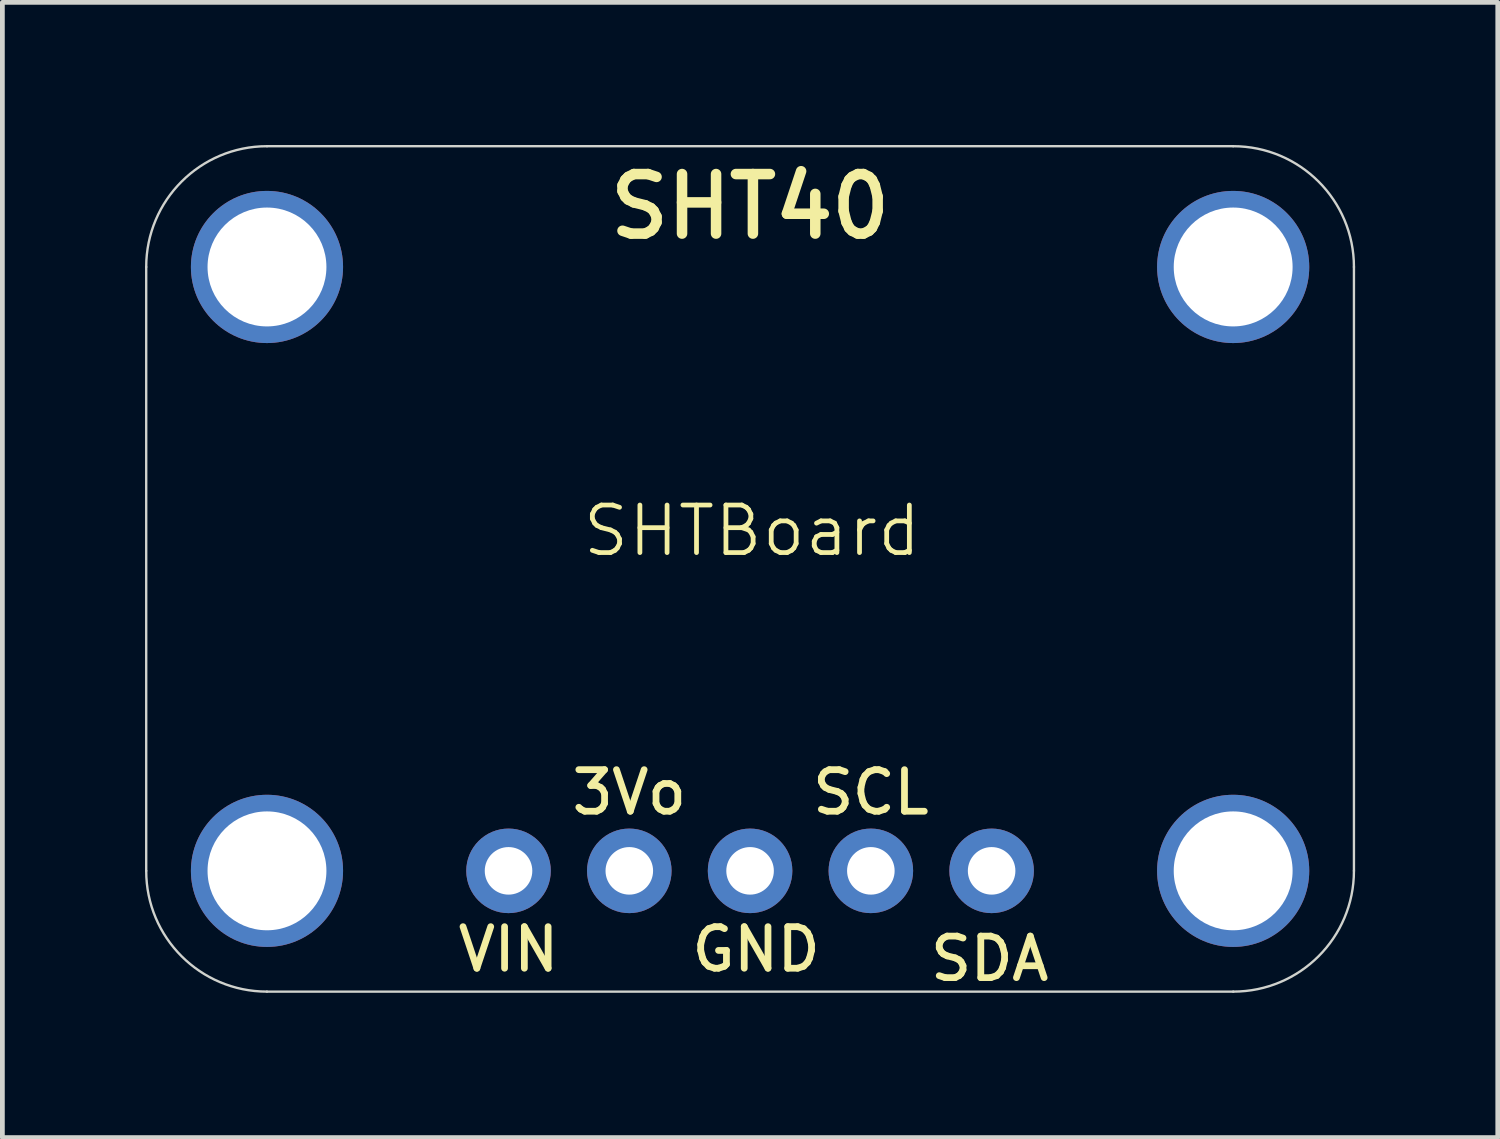
<source format=kicad_pcb>
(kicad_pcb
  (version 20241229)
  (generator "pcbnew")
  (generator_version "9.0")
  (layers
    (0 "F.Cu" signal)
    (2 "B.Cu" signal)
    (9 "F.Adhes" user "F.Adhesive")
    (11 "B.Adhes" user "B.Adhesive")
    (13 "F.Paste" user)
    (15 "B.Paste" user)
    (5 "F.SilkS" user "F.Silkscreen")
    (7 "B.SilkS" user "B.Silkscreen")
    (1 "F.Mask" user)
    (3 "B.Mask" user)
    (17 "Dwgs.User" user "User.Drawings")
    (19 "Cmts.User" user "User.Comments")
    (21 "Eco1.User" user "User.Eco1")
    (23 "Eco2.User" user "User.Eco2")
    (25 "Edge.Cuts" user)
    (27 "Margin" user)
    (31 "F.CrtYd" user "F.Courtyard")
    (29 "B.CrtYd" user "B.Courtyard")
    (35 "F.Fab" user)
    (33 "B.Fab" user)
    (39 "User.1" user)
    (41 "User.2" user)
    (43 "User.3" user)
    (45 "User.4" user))
  (footprint "SHTBoard"
    (layer "F.Cu")
    (at 12.765 8.614)
    (property "Reference" "SHTBoard" (at 0 -0.5 0) (unlocked yes) (layer "F.SilkS") (effects (font (size 1 1) (thickness 0.1))))
    (attr smd)
    (fp_line (start -12.74 -6.049) (end -12.74 6.651) (stroke (width 0.05) (type solid)) (layer "Edge.Cuts"))
    (fp_line (start -10.2 9.191) (end 10.12 9.191) (stroke (width 0.05) (type solid)) (layer "Edge.Cuts"))
    (fp_line (start 10.12 -8.589) (end -10.2 -8.589) (stroke (width 0.05) (type solid)) (layer "Edge.Cuts"))
    (fp_line (start 12.66 6.651) (end 12.66 -6.049) (stroke (width 0.05) (type solid)) (layer "Edge.Cuts"))
    (fp_arc (start -12.74 -6.049) (mid -11.996051 -7.845051) (end -10.2 -8.589) (stroke (width 0.05) (type solid)) (layer "Edge.Cuts"))
    (fp_arc (start -10.2 9.191) (mid -11.996051 8.447051) (end -12.74 6.651) (stroke (width 0.05) (type solid)) (layer "Edge.Cuts"))
    (fp_arc (start 10.12 -8.589) (mid 11.916051 -7.845051) (end 12.66 -6.049) (stroke (width 0.05) (type solid)) (layer "Edge.Cuts"))
    (fp_arc (start 12.66 6.651) (mid 11.916051 8.447051) (end 10.12 9.191) (stroke (width 0.05) (type solid)) (layer "Edge.Cuts"))
    (fp_text user "VIN" (at -5.12 8.302 0) (unlocked yes) (layer "F.SilkS") (effects (font (size 0.874 0.874) (thickness 0.142))))
    (fp_text user "GND" (at 0.087 8.302 0) (unlocked yes) (layer "F.SilkS") (effects (font (size 0.874 0.874) (thickness 0.142))))
    (fp_text user "3Vo" (at -2.58 5 0) (unlocked yes) (layer "F.SilkS") (effects (font (size 0.874 0.874) (thickness 0.142))))
    (fp_text user "SDA" (at 5 8.5 0) (unlocked yes) (layer "F.SilkS") (effects (font (size 0.874 0.874) (thickness 0.142))))
    (fp_text user "SHT40" (at -0.04 -7.319 0) (unlocked yes) (layer "F.SilkS") (effects (font (size 1.252 1.252) (thickness 0.221))))
    (fp_text user "SCL" (at 2.5 5 0) (unlocked yes) (layer "F.SilkS") (effects (font (size 0.874 0.874) (thickness 0.142))))
    (pad "1" thru_hole circle (at -5.12 6.651 90) (size 1.778 1.778) (drill 1) (layers "*.Cu" "*.Mask"))
    (pad "2" thru_hole circle (at -2.58 6.651 90) (size 1.778 1.778) (drill 1) (layers "*.Cu" "*.Mask"))
    (pad "3" thru_hole circle (at -0.04 6.651 90) (size 1.778 1.778) (drill 1) (layers "*.Cu" "*.Mask"))
    (pad "4" thru_hole circle (at 2.5 6.651 90) (size 1.778 1.778) (drill 1) (layers "*.Cu" "*.Mask"))
    (pad "5" thru_hole circle (at 5.04 6.651 90) (size 1.778 1.778) (drill 1) (layers "*.Cu" "*.Mask"))
    (pad "P$1" thru_hole circle (at -10.2 -6.049) (size 3.2 3.2) (drill 2.5) (layers "*.Cu" "*.Mask"))
    (pad "P$1" thru_hole circle (at -10.2 6.651) (size 3.2 3.2) (drill 2.5) (layers "*.Cu" "*.Mask"))
    (pad "P$1" thru_hole circle (at 10.12 -6.049) (size 3.2 3.2) (drill 2.5) (layers "*.Cu" "*.Mask"))
    (pad "P$1" thru_hole circle (at 10.12 6.651) (size 3.2 3.2) (drill 2.5) (layers "*.Cu" "*.Mask"))
    (zone (net_name "") (layer "F.Cu") (hatch edge 0.5) (connect_pads) (min_thickness 0.25) (filled_areas_thickness no) (keepout (tracks not_allowed) (vias not_allowed) (pads not_allowed) (copperpour not_allowed) (footprints allowed)) (placement (enabled no)) (fill) (polygon (pts (xy 4.581 2.565) (xy 4.561 2.284) (xy 4.503 2.009) (xy 4.407 1.745) (xy 4.275 1.497) (xy 4.109 1.269) (xy 3.914 1.067) (xy 3.692 0.894) (xy 3.449 0.753) (xy 3.188 0.648) (xy 2.915 0.58) (xy 2.635 0.55) (xy 2.354 0.56) (xy 2.077 0.609) (xy 1.81 0.696) (xy 1.557 0.819) (xy 1.324 0.976) (xy 1.115 1.165) (xy 0.934 1.38) (xy 0.785 1.619) (xy 0.671 1.875) (xy 0.593 2.146) (xy 0.554 2.424) (xy 0.554 2.706) (xy 0.593 2.984) (xy 0.671 3.255) (xy 0.785 3.511) (xy 0.934 3.75) (xy 1.115 3.965) (xy 1.324 4.154) (xy 1.557 4.311) (xy 1.81 4.434) (xy 2.077 4.521) (xy 2.354 4.57) (xy 2.635 4.58) (xy 2.915 4.55) (xy 3.188 4.482) (xy 3.449 4.377) (xy 3.692 4.236) (xy 3.914 4.063) (xy 4.109 3.861) (xy 4.275 3.633) (xy 4.407 3.385) (xy 4.503 3.121) (xy 4.561 2.846))) (polygon (pts (xy 2.549 2.565) (xy 2.554 2.576) (xy 2.565 2.581) (xy 2.576 2.576) (xy 2.581 2.565) (xy 2.576 2.554) (xy 2.565 2.549) (xy 2.554 2.554))))
    (zone (net_name "") (layer "F.Cu") (hatch edge 0.5) (connect_pads) (min_thickness 0.25) (filled_areas_thickness no) (keepout (tracks not_allowed) (vias not_allowed) (pads not_allowed) (copperpour not_allowed) (footprints allowed)) (placement (enabled no)) (fill) (polygon (pts (xy 4.581 15.265) (xy 4.561 14.984) (xy 4.503 14.709) (xy 4.407 14.445) (xy 4.275 14.197) (xy 4.109 13.969) (xy 3.914 13.767) (xy 3.692 13.594) (xy 3.449 13.453) (xy 3.188 13.348) (xy 2.915 13.28) (xy 2.635 13.25) (xy 2.354 13.26) (xy 2.077 13.309) (xy 1.81 13.396) (xy 1.557 13.519) (xy 1.324 13.676) (xy 1.115 13.865) (xy 0.934 14.08) (xy 0.785 14.319) (xy 0.671 14.575) (xy 0.593 14.846) (xy 0.554 15.124) (xy 0.554 15.406) (xy 0.593 15.684) (xy 0.671 15.955) (xy 0.785 16.211) (xy 0.934 16.45) (xy 1.115 16.665) (xy 1.324 16.854) (xy 1.557 17.011) (xy 1.81 17.134) (xy 2.077 17.221) (xy 2.354 17.27) (xy 2.635 17.28) (xy 2.915 17.25) (xy 3.188 17.182) (xy 3.449 17.077) (xy 3.692 16.936) (xy 3.914 16.763) (xy 4.109 16.561) (xy 4.275 16.333) (xy 4.407 16.085) (xy 4.503 15.821) (xy 4.561 15.546))) (polygon (pts (xy 2.549 15.265) (xy 2.554 15.276) (xy 2.565 15.281) (xy 2.576 15.276) (xy 2.581 15.265) (xy 2.576 15.254) (xy 2.565 15.249) (xy 2.554 15.254))))
    (zone (net_name "") (layer "F.Cu") (hatch edge 0.5) (connect_pads) (min_thickness 0.25) (filled_areas_thickness no) (keepout (tracks not_allowed) (vias not_allowed) (pads not_allowed) (copperpour not_allowed) (footprints allowed)) (placement (enabled no)) (fill) (polygon (pts (xy 24.901 2.565) (xy 24.881 2.284) (xy 24.823 2.009) (xy 24.727 1.745) (xy 24.595 1.497) (xy 24.429 1.269) (xy 24.234 1.067) (xy 24.012 0.894) (xy 23.769 0.753) (xy 23.508 0.648) (xy 23.235 0.58) (xy 22.955 0.55) (xy 22.674 0.56) (xy 22.397 0.609) (xy 22.13 0.696) (xy 21.877 0.819) (xy 21.644 0.976) (xy 21.435 1.165) (xy 21.254 1.38) (xy 21.105 1.619) (xy 20.991 1.875) (xy 20.913 2.146) (xy 20.874 2.424) (xy 20.874 2.706) (xy 20.913 2.984) (xy 20.991 3.255) (xy 21.105 3.511) (xy 21.254 3.75) (xy 21.435 3.965) (xy 21.644 4.154) (xy 21.877 4.311) (xy 22.13 4.434) (xy 22.397 4.521) (xy 22.674 4.57) (xy 22.955 4.58) (xy 23.235 4.55) (xy 23.508 4.482) (xy 23.769 4.377) (xy 24.012 4.236) (xy 24.234 4.063) (xy 24.429 3.861) (xy 24.595 3.633) (xy 24.727 3.385) (xy 24.823 3.121) (xy 24.881 2.846))) (polygon (pts (xy 22.869 2.565) (xy 22.874 2.576) (xy 22.885 2.581) (xy 22.896 2.576) (xy 22.901 2.565) (xy 22.896 2.554) (xy 22.885 2.549) (xy 22.874 2.554))))
    (zone (net_name "") (layer "F.Cu") (hatch edge 0.5) (connect_pads) (min_thickness 0.25) (filled_areas_thickness no) (keepout (tracks not_allowed) (vias not_allowed) (pads not_allowed) (copperpour not_allowed) (footprints allowed)) (placement (enabled no)) (fill) (polygon (pts (xy 24.901 15.265) (xy 24.881 14.984) (xy 24.823 14.709) (xy 24.727 14.445) (xy 24.595 14.197) (xy 24.429 13.969) (xy 24.234 13.767) (xy 24.012 13.594) (xy 23.769 13.453) (xy 23.508 13.348) (xy 23.235 13.28) (xy 22.955 13.25) (xy 22.674 13.26) (xy 22.397 13.309) (xy 22.13 13.396) (xy 21.877 13.519) (xy 21.644 13.676) (xy 21.435 13.865) (xy 21.254 14.08) (xy 21.105 14.319) (xy 20.991 14.575) (xy 20.913 14.846) (xy 20.874 15.124) (xy 20.874 15.406) (xy 20.913 15.684) (xy 20.991 15.955) (xy 21.105 16.211) (xy 21.254 16.45) (xy 21.435 16.665) (xy 21.644 16.854) (xy 21.877 17.011) (xy 22.13 17.134) (xy 22.397 17.221) (xy 22.674 17.27) (xy 22.955 17.28) (xy 23.235 17.25) (xy 23.508 17.182) (xy 23.769 17.077) (xy 24.012 16.936) (xy 24.234 16.763) (xy 24.429 16.561) (xy 24.595 16.333) (xy 24.727 16.085) (xy 24.823 15.821) (xy 24.881 15.546))) (polygon (pts (xy 22.869 15.265) (xy 22.874 15.276) (xy 22.885 15.281) (xy 22.896 15.276) (xy 22.901 15.265) (xy 22.896 15.254) (xy 22.885 15.249) (xy 22.874 15.254))))
    (zone (net_name "") (layer "B.Cu") (hatch edge 0.5) (connect_pads) (min_thickness 0.25) (filled_areas_thickness no) (keepout (tracks not_allowed) (vias not_allowed) (pads not_allowed) (copperpour not_allowed) (footprints allowed)) (placement (enabled no)) (fill) (polygon (pts (xy 4.581 2.565) (xy 4.561 2.284) (xy 4.503 2.009) (xy 4.407 1.745) (xy 4.275 1.497) (xy 4.109 1.269) (xy 3.914 1.067) (xy 3.692 0.894) (xy 3.449 0.753) (xy 3.188 0.648) (xy 2.915 0.58) (xy 2.635 0.55) (xy 2.354 0.56) (xy 2.077 0.609) (xy 1.81 0.696) (xy 1.557 0.819) (xy 1.324 0.976) (xy 1.115 1.165) (xy 0.934 1.38) (xy 0.785 1.619) (xy 0.671 1.875) (xy 0.593 2.146) (xy 0.554 2.424) (xy 0.554 2.706) (xy 0.593 2.984) (xy 0.671 3.255) (xy 0.785 3.511) (xy 0.934 3.75) (xy 1.115 3.965) (xy 1.324 4.154) (xy 1.557 4.311) (xy 1.81 4.434) (xy 2.077 4.521) (xy 2.354 4.57) (xy 2.635 4.58) (xy 2.915 4.55) (xy 3.188 4.482) (xy 3.449 4.377) (xy 3.692 4.236) (xy 3.914 4.063) (xy 4.109 3.861) (xy 4.275 3.633) (xy 4.407 3.385) (xy 4.503 3.121) (xy 4.561 2.846))) (polygon (pts (xy 2.549 2.565) (xy 2.554 2.576) (xy 2.565 2.581) (xy 2.576 2.576) (xy 2.581 2.565) (xy 2.576 2.554) (xy 2.565 2.549) (xy 2.554 2.554))))
    (zone (net_name "") (layer "B.Cu") (hatch edge 0.5) (connect_pads) (min_thickness 0.25) (filled_areas_thickness no) (keepout (tracks not_allowed) (vias not_allowed) (pads not_allowed) (copperpour not_allowed) (footprints allowed)) (placement (enabled no)) (fill) (polygon (pts (xy 4.581 15.265) (xy 4.561 14.984) (xy 4.503 14.709) (xy 4.407 14.445) (xy 4.275 14.197) (xy 4.109 13.969) (xy 3.914 13.767) (xy 3.692 13.594) (xy 3.449 13.453) (xy 3.188 13.348) (xy 2.915 13.28) (xy 2.635 13.25) (xy 2.354 13.26) (xy 2.077 13.309) (xy 1.81 13.396) (xy 1.557 13.519) (xy 1.324 13.676) (xy 1.115 13.865) (xy 0.934 14.08) (xy 0.785 14.319) (xy 0.671 14.575) (xy 0.593 14.846) (xy 0.554 15.124) (xy 0.554 15.406) (xy 0.593 15.684) (xy 0.671 15.955) (xy 0.785 16.211) (xy 0.934 16.45) (xy 1.115 16.665) (xy 1.324 16.854) (xy 1.557 17.011) (xy 1.81 17.134) (xy 2.077 17.221) (xy 2.354 17.27) (xy 2.635 17.28) (xy 2.915 17.25) (xy 3.188 17.182) (xy 3.449 17.077) (xy 3.692 16.936) (xy 3.914 16.763) (xy 4.109 16.561) (xy 4.275 16.333) (xy 4.407 16.085) (xy 4.503 15.821) (xy 4.561 15.546))) (polygon (pts (xy 2.549 15.265) (xy 2.554 15.276) (xy 2.565 15.281) (xy 2.576 15.276) (xy 2.581 15.265) (xy 2.576 15.254) (xy 2.565 15.249) (xy 2.554 15.254))))
    (zone (net_name "") (layer "B.Cu") (hatch edge 0.5) (connect_pads) (min_thickness 0.25) (filled_areas_thickness no) (keepout (tracks not_allowed) (vias not_allowed) (pads not_allowed) (copperpour not_allowed) (footprints allowed)) (placement (enabled no)) (fill) (polygon (pts (xy 24.901 2.565) (xy 24.881 2.284) (xy 24.823 2.009) (xy 24.727 1.745) (xy 24.595 1.497) (xy 24.429 1.269) (xy 24.234 1.067) (xy 24.012 0.894) (xy 23.769 0.753) (xy 23.508 0.648) (xy 23.235 0.58) (xy 22.955 0.55) (xy 22.674 0.56) (xy 22.397 0.609) (xy 22.13 0.696) (xy 21.877 0.819) (xy 21.644 0.976) (xy 21.435 1.165) (xy 21.254 1.38) (xy 21.105 1.619) (xy 20.991 1.875) (xy 20.913 2.146) (xy 20.874 2.424) (xy 20.874 2.706) (xy 20.913 2.984) (xy 20.991 3.255) (xy 21.105 3.511) (xy 21.254 3.75) (xy 21.435 3.965) (xy 21.644 4.154) (xy 21.877 4.311) (xy 22.13 4.434) (xy 22.397 4.521) (xy 22.674 4.57) (xy 22.955 4.58) (xy 23.235 4.55) (xy 23.508 4.482) (xy 23.769 4.377) (xy 24.012 4.236) (xy 24.234 4.063) (xy 24.429 3.861) (xy 24.595 3.633) (xy 24.727 3.385) (xy 24.823 3.121) (xy 24.881 2.846))) (polygon (pts (xy 22.869 2.565) (xy 22.874 2.576) (xy 22.885 2.581) (xy 22.896 2.576) (xy 22.901 2.565) (xy 22.896 2.554) (xy 22.885 2.549) (xy 22.874 2.554))))
    (zone (net_name "") (layer "B.Cu") (hatch edge 0.5) (connect_pads) (min_thickness 0.25) (filled_areas_thickness no) (keepout (tracks not_allowed) (vias not_allowed) (pads not_allowed) (copperpour not_allowed) (footprints allowed)) (placement (enabled no)) (fill) (polygon (pts (xy 24.901 15.265) (xy 24.881 14.984) (xy 24.823 14.709) (xy 24.727 14.445) (xy 24.595 14.197) (xy 24.429 13.969) (xy 24.234 13.767) (xy 24.012 13.594) (xy 23.769 13.453) (xy 23.508 13.348) (xy 23.235 13.28) (xy 22.955 13.25) (xy 22.674 13.26) (xy 22.397 13.309) (xy 22.13 13.396) (xy 21.877 13.519) (xy 21.644 13.676) (xy 21.435 13.865) (xy 21.254 14.08) (xy 21.105 14.319) (xy 20.991 14.575) (xy 20.913 14.846) (xy 20.874 15.124) (xy 20.874 15.406) (xy 20.913 15.684) (xy 20.991 15.955) (xy 21.105 16.211) (xy 21.254 16.45) (xy 21.435 16.665) (xy 21.644 16.854) (xy 21.877 17.011) (xy 22.13 17.134) (xy 22.397 17.221) (xy 22.674 17.27) (xy 22.955 17.28) (xy 23.235 17.25) (xy 23.508 17.182) (xy 23.769 17.077) (xy 24.012 16.936) (xy 24.234 16.763) (xy 24.429 16.561) (xy 24.595 16.333) (xy 24.727 16.085) (xy 24.823 15.821) (xy 24.881 15.546))) (polygon (pts (xy 22.869 15.265) (xy 22.874 15.276) (xy 22.885 15.281) (xy 22.896 15.276) (xy 22.901 15.265) (xy 22.896 15.254) (xy 22.885 15.249) (xy 22.874 15.254)))))
  (gr_rect
    (start -3 -3)
    (end 28.45 20.875)
    (stroke (width 0.1) (type default))
    (fill no)
    (layer "Edge.Cuts")))
</source>
